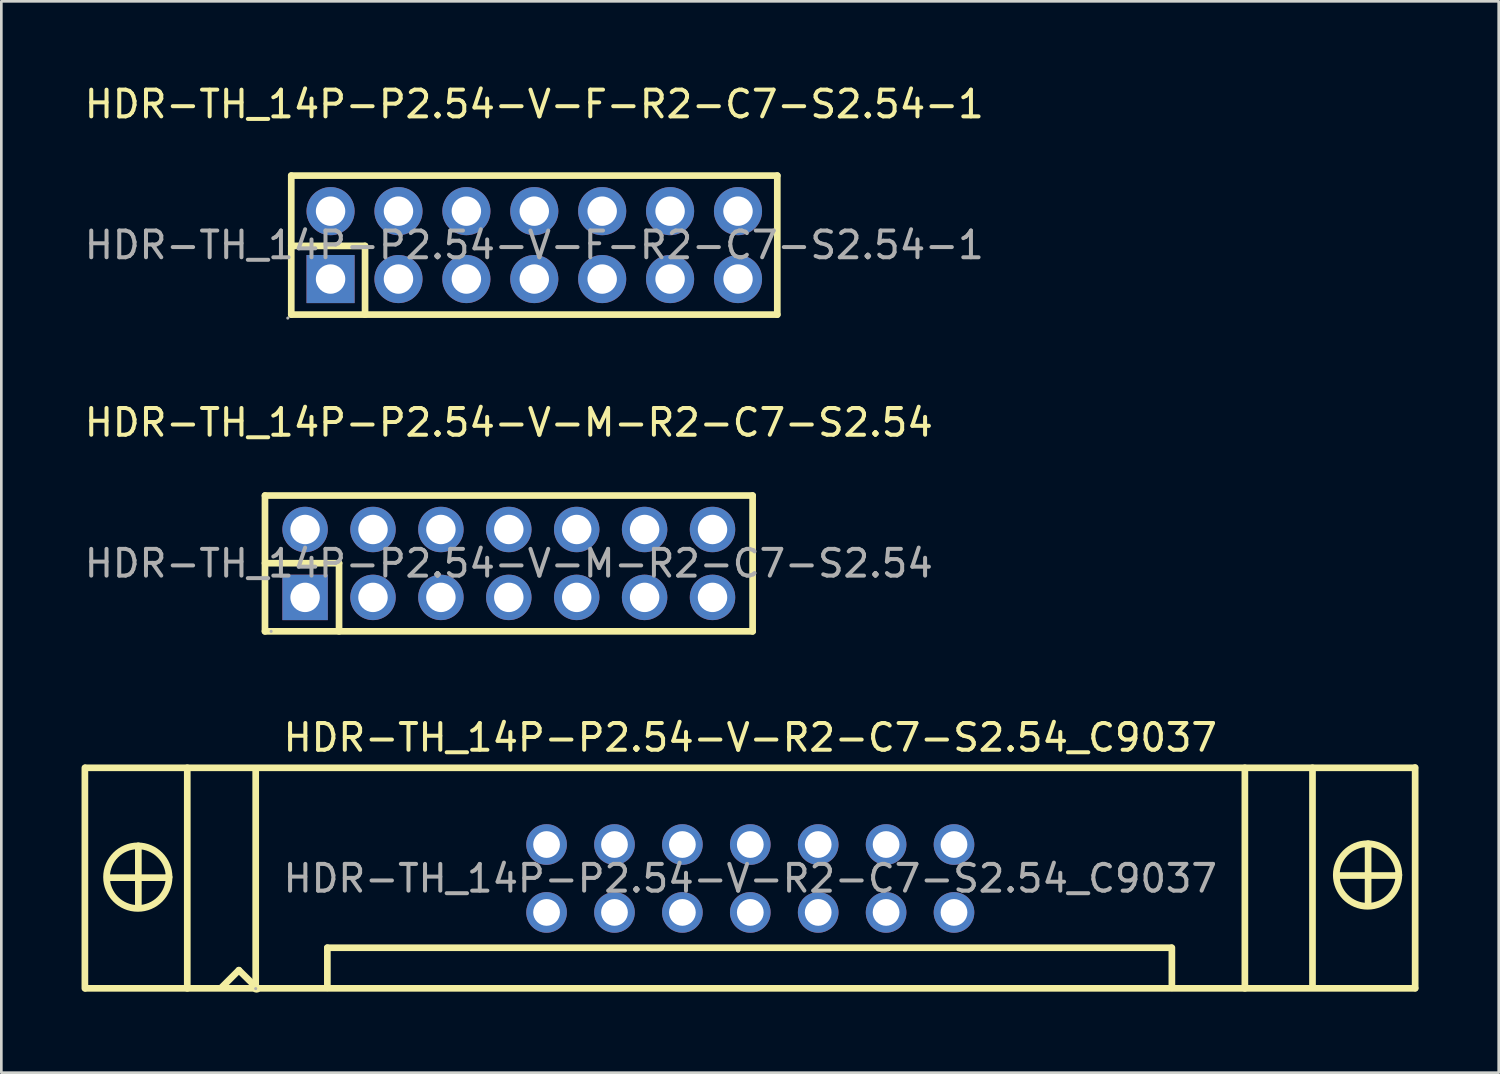
<source format=kicad_pcb>
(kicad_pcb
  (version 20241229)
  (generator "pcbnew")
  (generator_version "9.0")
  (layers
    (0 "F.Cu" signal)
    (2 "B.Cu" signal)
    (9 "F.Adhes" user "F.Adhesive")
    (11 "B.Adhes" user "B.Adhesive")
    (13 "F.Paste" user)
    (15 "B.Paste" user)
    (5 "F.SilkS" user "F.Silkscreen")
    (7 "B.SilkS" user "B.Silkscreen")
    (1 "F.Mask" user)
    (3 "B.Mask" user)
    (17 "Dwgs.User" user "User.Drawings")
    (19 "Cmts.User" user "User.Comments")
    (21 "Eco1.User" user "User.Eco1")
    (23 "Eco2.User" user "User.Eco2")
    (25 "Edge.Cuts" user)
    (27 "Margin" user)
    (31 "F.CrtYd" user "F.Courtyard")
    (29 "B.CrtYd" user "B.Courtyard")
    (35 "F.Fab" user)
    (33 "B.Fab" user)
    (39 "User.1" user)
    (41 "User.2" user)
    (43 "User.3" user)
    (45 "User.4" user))
  (footprint "HDR-TH_14P-P2.54-V-M-R2-C7-S2.54"
    (layer "F.Cu")
    (at 15.982 18.026)
    (property "Reference" "HDR-TH_14P-P2.54-V-M-R2-C7-S2.54" (at 0 -5.27 0) (layer "F.SilkS") (effects (font (size 1 1) (thickness 0.15))))
    (attr through_hole)
    (fp_line (start -9.12 -2.54) (end -9.12 2.54) (stroke (width 0.25) (type solid)) (layer "F.SilkS"))
    (fp_line (start -9.12 -2.54) (end 9.12 -2.54) (stroke (width 0.25) (type solid)) (layer "F.SilkS"))
    (fp_line (start -9.12 -0.01) (end -6.35 -0.01) (stroke (width 0.25) (type solid)) (layer "F.SilkS"))
    (fp_line (start -9.12 2.54) (end 9.12 2.54) (stroke (width 0.25) (type solid)) (layer "F.SilkS"))
    (fp_line (start -6.35 -0.01) (end -6.35 2.54) (stroke (width 0.25) (type solid)) (layer "F.SilkS"))
    (fp_line (start 9.12 -2.54) (end 9.12 2.54) (stroke (width 0.25) (type solid)) (layer "F.SilkS"))
    (fp_circle (center -8.89 2.54) (end -8.86 2.54) (stroke (width 0.06) (type solid)) (fill no) (layer "F.Fab"))
    (fp_text user "${REFERENCE}" (at 0 0 0) (layer "F.Fab") (effects (font (size 1 1) (thickness 0.15))))
    (pad "1" thru_hole rect (at -7.62 1.27) (size 1.7 1.7) (drill 1.1) (layers "*.Cu" "*.Paste" "*.Mask"))
    (pad "2" thru_hole circle (at -7.62 -1.27) (size 1.7 1.7) (drill 1.1) (layers "*.Cu" "*.Paste" "*.Mask"))
    (pad "3" thru_hole circle (at -5.08 1.27) (size 1.7 1.7) (drill 1.1) (layers "*.Cu" "*.Paste" "*.Mask"))
    (pad "4" thru_hole circle (at -5.08 -1.27) (size 1.7 1.7) (drill 1.1) (layers "*.Cu" "*.Paste" "*.Mask"))
    (pad "5" thru_hole circle (at -2.54 1.27) (size 1.7 1.7) (drill 1.1) (layers "*.Cu" "*.Paste" "*.Mask"))
    (pad "6" thru_hole circle (at -2.54 -1.27) (size 1.7 1.7) (drill 1.1) (layers "*.Cu" "*.Paste" "*.Mask"))
    (pad "7" thru_hole circle (at 0 1.27) (size 1.7 1.7) (drill 1.1) (layers "*.Cu" "*.Paste" "*.Mask"))
    (pad "8" thru_hole circle (at 0 -1.27) (size 1.7 1.7) (drill 1.1) (layers "*.Cu" "*.Paste" "*.Mask"))
    (pad "9" thru_hole circle (at 2.54 1.27) (size 1.7 1.7) (drill 1.1) (layers "*.Cu" "*.Paste" "*.Mask"))
    (pad "10" thru_hole circle (at 2.54 -1.27) (size 1.7 1.7) (drill 1.1) (layers "*.Cu" "*.Paste" "*.Mask"))
    (pad "11" thru_hole circle (at 5.08 1.27) (size 1.7 1.7) (drill 1.1) (layers "*.Cu" "*.Paste" "*.Mask"))
    (pad "12" thru_hole circle (at 5.08 -1.27) (size 1.7 1.7) (drill 1.1) (layers "*.Cu" "*.Paste" "*.Mask"))
    (pad "13" thru_hole circle (at 7.62 1.27) (size 1.7 1.7) (drill 1.1) (layers "*.Cu" "*.Paste" "*.Mask"))
    (pad "14" thru_hole circle (at 7.62 -1.27) (size 1.7 1.7) (drill 1.1) (layers "*.Cu" "*.Paste" "*.Mask")))
  (footprint "HDR-TH_14P-P2.54-V-F-R2-C7-S2.54-1"
    (layer "F.Cu")
    (at 16.935 6.118)
    (property "Reference" "HDR-TH_14P-P2.54-V-F-R2-C7-S2.54-1" (at 0 -5.27 0) (layer "F.SilkS") (effects (font (size 1 1) (thickness 0.15))))
    (attr through_hole)
    (fp_line (start -9.09 -2.6) (end 9.09 -2.6) (stroke (width 0.25) (type solid)) (layer "F.SilkS"))
    (fp_line (start -9.09 2.6) (end -9.09 -2.6) (stroke (width 0.25) (type solid)) (layer "F.SilkS"))
    (fp_line (start -6.33 0.03) (end -9.09 0.03) (stroke (width 0.25) (type solid)) (layer "F.SilkS"))
    (fp_line (start -6.33 0.03) (end -6.33 2.6) (stroke (width 0.25) (type solid)) (layer "F.SilkS"))
    (fp_line (start 9.09 -2.6) (end 9.09 2.6) (stroke (width 0.25) (type solid)) (layer "F.SilkS"))
    (fp_line (start 9.09 2.6) (end -9.09 2.6) (stroke (width 0.25) (type solid)) (layer "F.SilkS"))
    (fp_circle (center -9.22 2.73) (end -9.19 2.73) (stroke (width 0.06) (type solid)) (fill no) (layer "F.Fab"))
    (fp_circle (center -7.62 -1.27) (end -7.39 -1.27) (stroke (width 0.45) (type solid)) (fill no) (layer "F.Fab"))
    (fp_circle (center -7.62 1.27) (end -7.39 1.27) (stroke (width 0.45) (type solid)) (fill no) (layer "F.Fab"))
    (fp_circle (center -5.08 -1.27) (end -4.85 -1.27) (stroke (width 0.45) (type solid)) (fill no) (layer "F.Fab"))
    (fp_circle (center -5.08 1.27) (end -4.85 1.27) (stroke (width 0.45) (type solid)) (fill no) (layer "F.Fab"))
    (fp_circle (center -2.54 -1.27) (end -2.31 -1.27) (stroke (width 0.45) (type solid)) (fill no) (layer "F.Fab"))
    (fp_circle (center -2.54 1.27) (end -2.31 1.27) (stroke (width 0.45) (type solid)) (fill no) (layer "F.Fab"))
    (fp_circle (center 0 -1.27) (end 0.23 -1.27) (stroke (width 0.45) (type solid)) (fill no) (layer "F.Fab"))
    (fp_circle (center 0 1.27) (end 0.23 1.27) (stroke (width 0.45) (type solid)) (fill no) (layer "F.Fab"))
    (fp_circle (center 2.54 -1.27) (end 2.77 -1.27) (stroke (width 0.45) (type solid)) (fill no) (layer "F.Fab"))
    (fp_circle (center 2.54 1.27) (end 2.77 1.27) (stroke (width 0.45) (type solid)) (fill no) (layer "F.Fab"))
    (fp_circle (center 5.08 -1.27) (end 5.31 -1.27) (stroke (width 0.45) (type solid)) (fill no) (layer "F.Fab"))
    (fp_circle (center 5.08 1.27) (end 5.31 1.27) (stroke (width 0.45) (type solid)) (fill no) (layer "F.Fab"))
    (fp_circle (center 7.62 -1.27) (end 7.85 -1.27) (stroke (width 0.45) (type solid)) (fill no) (layer "F.Fab"))
    (fp_circle (center 7.62 1.27) (end 7.85 1.27) (stroke (width 0.45) (type solid)) (fill no) (layer "F.Fab"))
    (fp_text user "${REFERENCE}" (at 0 0 0) (layer "F.Fab") (effects (font (size 1 1) (thickness 0.15))))
    (pad "1" thru_hole rect (at -7.62 1.27) (size 1.8 1.8) (drill 1.1) (layers "*.Cu" "*.Paste" "*.Mask"))
    (pad "2" thru_hole circle (at -7.62 -1.27) (size 1.8 1.8) (drill 1.1) (layers "*.Cu" "*.Paste" "*.Mask"))
    (pad "3" thru_hole circle (at -5.08 1.27) (size 1.8 1.8) (drill 1.1) (layers "*.Cu" "*.Paste" "*.Mask"))
    (pad "4" thru_hole circle (at -5.08 -1.27) (size 1.8 1.8) (drill 1.1) (layers "*.Cu" "*.Paste" "*.Mask"))
    (pad "5" thru_hole circle (at -2.54 1.27) (size 1.8 1.8) (drill 1.1) (layers "*.Cu" "*.Paste" "*.Mask"))
    (pad "6" thru_hole circle (at -2.54 -1.27) (size 1.8 1.8) (drill 1.1) (layers "*.Cu" "*.Paste" "*.Mask"))
    (pad "7" thru_hole circle (at 0 1.27) (size 1.8 1.8) (drill 1.1) (layers "*.Cu" "*.Paste" "*.Mask"))
    (pad "8" thru_hole circle (at 0 -1.27) (size 1.8 1.8) (drill 1.1) (layers "*.Cu" "*.Paste" "*.Mask"))
    (pad "9" thru_hole circle (at 2.54 1.27) (size 1.8 1.8) (drill 1.1) (layers "*.Cu" "*.Paste" "*.Mask"))
    (pad "10" thru_hole circle (at 2.54 -1.27) (size 1.8 1.8) (drill 1.1) (layers "*.Cu" "*.Paste" "*.Mask"))
    (pad "11" thru_hole circle (at 5.08 1.27) (size 1.8 1.8) (drill 1.1) (layers "*.Cu" "*.Paste" "*.Mask"))
    (pad "12" thru_hole circle (at 5.08 -1.27) (size 1.8 1.8) (drill 1.1) (layers "*.Cu" "*.Paste" "*.Mask"))
    (pad "13" thru_hole circle (at 7.62 1.27) (size 1.8 1.8) (drill 1.1) (layers "*.Cu" "*.Paste" "*.Mask"))
    (pad "14" thru_hole circle (at 7.62 -1.27) (size 1.8 1.8) (drill 1.1) (layers "*.Cu" "*.Paste" "*.Mask")))
  (footprint "HDR-TH_14P-P2.54-V-R2-C7-S2.54_C9037"
    (layer "F.Cu")
    (at 25.015 29.81)
    (property "Reference" "HDR-TH_14P-P2.54-V-R2-C7-S2.54_C9037" (at 0 -5.27 0) (layer "F.SilkS") (effects (font (size 1 1) (thickness 0.15))))
    (attr through_hole)
    (fp_line (start -24.89 -4.14) (end -24.89 4.11) (stroke (width 0.25) (type solid)) (layer "F.SilkS"))
    (fp_line (start -24.87 -4.14) (end 24.86 -4.14) (stroke (width 0.25) (type solid)) (layer "F.SilkS"))
    (fp_line (start -24.86 4.11) (end 24.87 4.11) (stroke (width 0.25) (type solid)) (layer "F.SilkS"))
    (fp_line (start -24.05 -0.03) (end -21.82 -0.03) (stroke (width 0.25) (type solid)) (layer "F.SilkS"))
    (fp_line (start -24.05 0.03) (end -24.05 -0.03) (stroke (width 0.25) (type solid)) (layer "F.SilkS"))
    (fp_line (start -22.89 -1.22) (end -22.89 1.07) (stroke (width 0.25) (type solid)) (layer "F.SilkS"))
    (fp_line (start -22.89 1.07) (end -22.91 1.09) (stroke (width 0.25) (type solid)) (layer "F.SilkS"))
    (fp_line (start -21.82 -0.03) (end -21.74 -0.05) (stroke (width 0.25) (type solid)) (layer "F.SilkS"))
    (fp_line (start -21.06 -4.14) (end -21.06 4.11) (stroke (width 0.25) (type solid)) (layer "F.SilkS"))
    (fp_line (start -19.76 4.06) (end -19.13 3.43) (stroke (width 0.25) (type solid)) (layer "F.SilkS"))
    (fp_line (start -19.13 3.43) (end -18.44 4.11) (stroke (width 0.25) (type solid)) (layer "F.SilkS"))
    (fp_line (start -18.5 4.14) (end -18.5 -4.11) (stroke (width 0.25) (type solid)) (layer "F.SilkS"))
    (fp_line (start -18.44 4.11) (end -18.44 4.14) (stroke (width 0.25) (type solid)) (layer "F.SilkS"))
    (fp_line (start -15.82 2.59) (end -15.82 4.09) (stroke (width 0.25) (type solid)) (layer "F.SilkS"))
    (fp_line (start 15.75 2.59) (end -15.82 2.59) (stroke (width 0.25) (type solid)) (layer "F.SilkS"))
    (fp_line (start 15.77 2.59) (end 15.77 4.09) (stroke (width 0.25) (type solid)) (layer "F.SilkS"))
    (fp_line (start 18.5 -4.14) (end 18.5 4.11) (stroke (width 0.25) (type solid)) (layer "F.SilkS"))
    (fp_line (start 21.03 -4.14) (end 21.03 4.08) (stroke (width 0.25) (type solid)) (layer "F.SilkS"))
    (fp_line (start 21.95 -0.11) (end 24.18 -0.11) (stroke (width 0.25) (type solid)) (layer "F.SilkS"))
    (fp_line (start 21.95 -0.06) (end 21.95 -0.11) (stroke (width 0.25) (type solid)) (layer "F.SilkS"))
    (fp_line (start 23.11 -1.3) (end 23.11 0.99) (stroke (width 0.25) (type solid)) (layer "F.SilkS"))
    (fp_line (start 23.11 0.99) (end 23.09 1.01) (stroke (width 0.25) (type solid)) (layer "F.SilkS"))
    (fp_line (start 24.18 -0.11) (end 24.26 -0.13) (stroke (width 0.25) (type solid)) (layer "F.SilkS"))
    (fp_line (start 24.87 -4.15) (end 24.87 4.1) (stroke (width 0.25) (type solid)) (layer "F.SilkS"))
    (fp_circle (center -22.91 -0.05) (end -21.74 -0.05) (stroke (width 0.25) (type solid)) (fill no) (layer "F.SilkS"))
    (fp_circle (center 23.09 -0.13) (end 24.26 -0.13) (stroke (width 0.25) (type solid)) (fill no) (layer "F.SilkS"))
    (fp_circle (center -18.5 4.12) (end -18.47 4.12) (stroke (width 0.06) (type solid)) (fill no) (layer "F.Fab"))
    (fp_text user "${REFERENCE}" (at 0 0 0) (layer "F.Fab") (effects (font (size 1 1) (thickness 0.15))))
    (pad "1" thru_hole circle (at -7.62 1.27) (size 1.52 1.52) (drill 1) (layers "*.Cu" "*.Paste" "*.Mask"))
    (pad "2" thru_hole circle (at -7.62 -1.27) (size 1.52 1.52) (drill 1) (layers "*.Cu" "*.Paste" "*.Mask"))
    (pad "3" thru_hole circle (at -5.08 1.27) (size 1.52 1.52) (drill 1) (layers "*.Cu" "*.Paste" "*.Mask"))
    (pad "4" thru_hole circle (at -5.08 -1.27) (size 1.52 1.52) (drill 1) (layers "*.Cu" "*.Paste" "*.Mask"))
    (pad "5" thru_hole circle (at -2.54 1.27) (size 1.52 1.52) (drill 1) (layers "*.Cu" "*.Paste" "*.Mask"))
    (pad "6" thru_hole circle (at -2.54 -1.27) (size 1.52 1.52) (drill 1) (layers "*.Cu" "*.Paste" "*.Mask"))
    (pad "7" thru_hole circle (at 0 1.27) (size 1.52 1.52) (drill 1) (layers "*.Cu" "*.Paste" "*.Mask"))
    (pad "8" thru_hole circle (at 0 -1.27) (size 1.52 1.52) (drill 1) (layers "*.Cu" "*.Paste" "*.Mask"))
    (pad "9" thru_hole circle (at 2.54 1.27) (size 1.52 1.52) (drill 1) (layers "*.Cu" "*.Paste" "*.Mask"))
    (pad "10" thru_hole circle (at 2.54 -1.27) (size 1.52 1.52) (drill 1) (layers "*.Cu" "*.Paste" "*.Mask"))
    (pad "11" thru_hole circle (at 5.08 1.27) (size 1.52 1.52) (drill 1) (layers "*.Cu" "*.Paste" "*.Mask"))
    (pad "12" thru_hole circle (at 5.08 -1.27) (size 1.52 1.52) (drill 1) (layers "*.Cu" "*.Paste" "*.Mask"))
    (pad "13" thru_hole circle (at 7.62 1.27) (size 1.52 1.52) (drill 1) (layers "*.Cu" "*.Paste" "*.Mask"))
    (pad "14" thru_hole circle (at 7.62 -1.27) (size 1.52 1.52) (drill 1) (layers "*.Cu" "*.Paste" "*.Mask")))
  (gr_rect
    (start -3 -3)
    (end 53.01 37.075)
    (stroke (width 0.1) (type default))
    (fill no)
    (layer "Edge.Cuts")))
</source>
